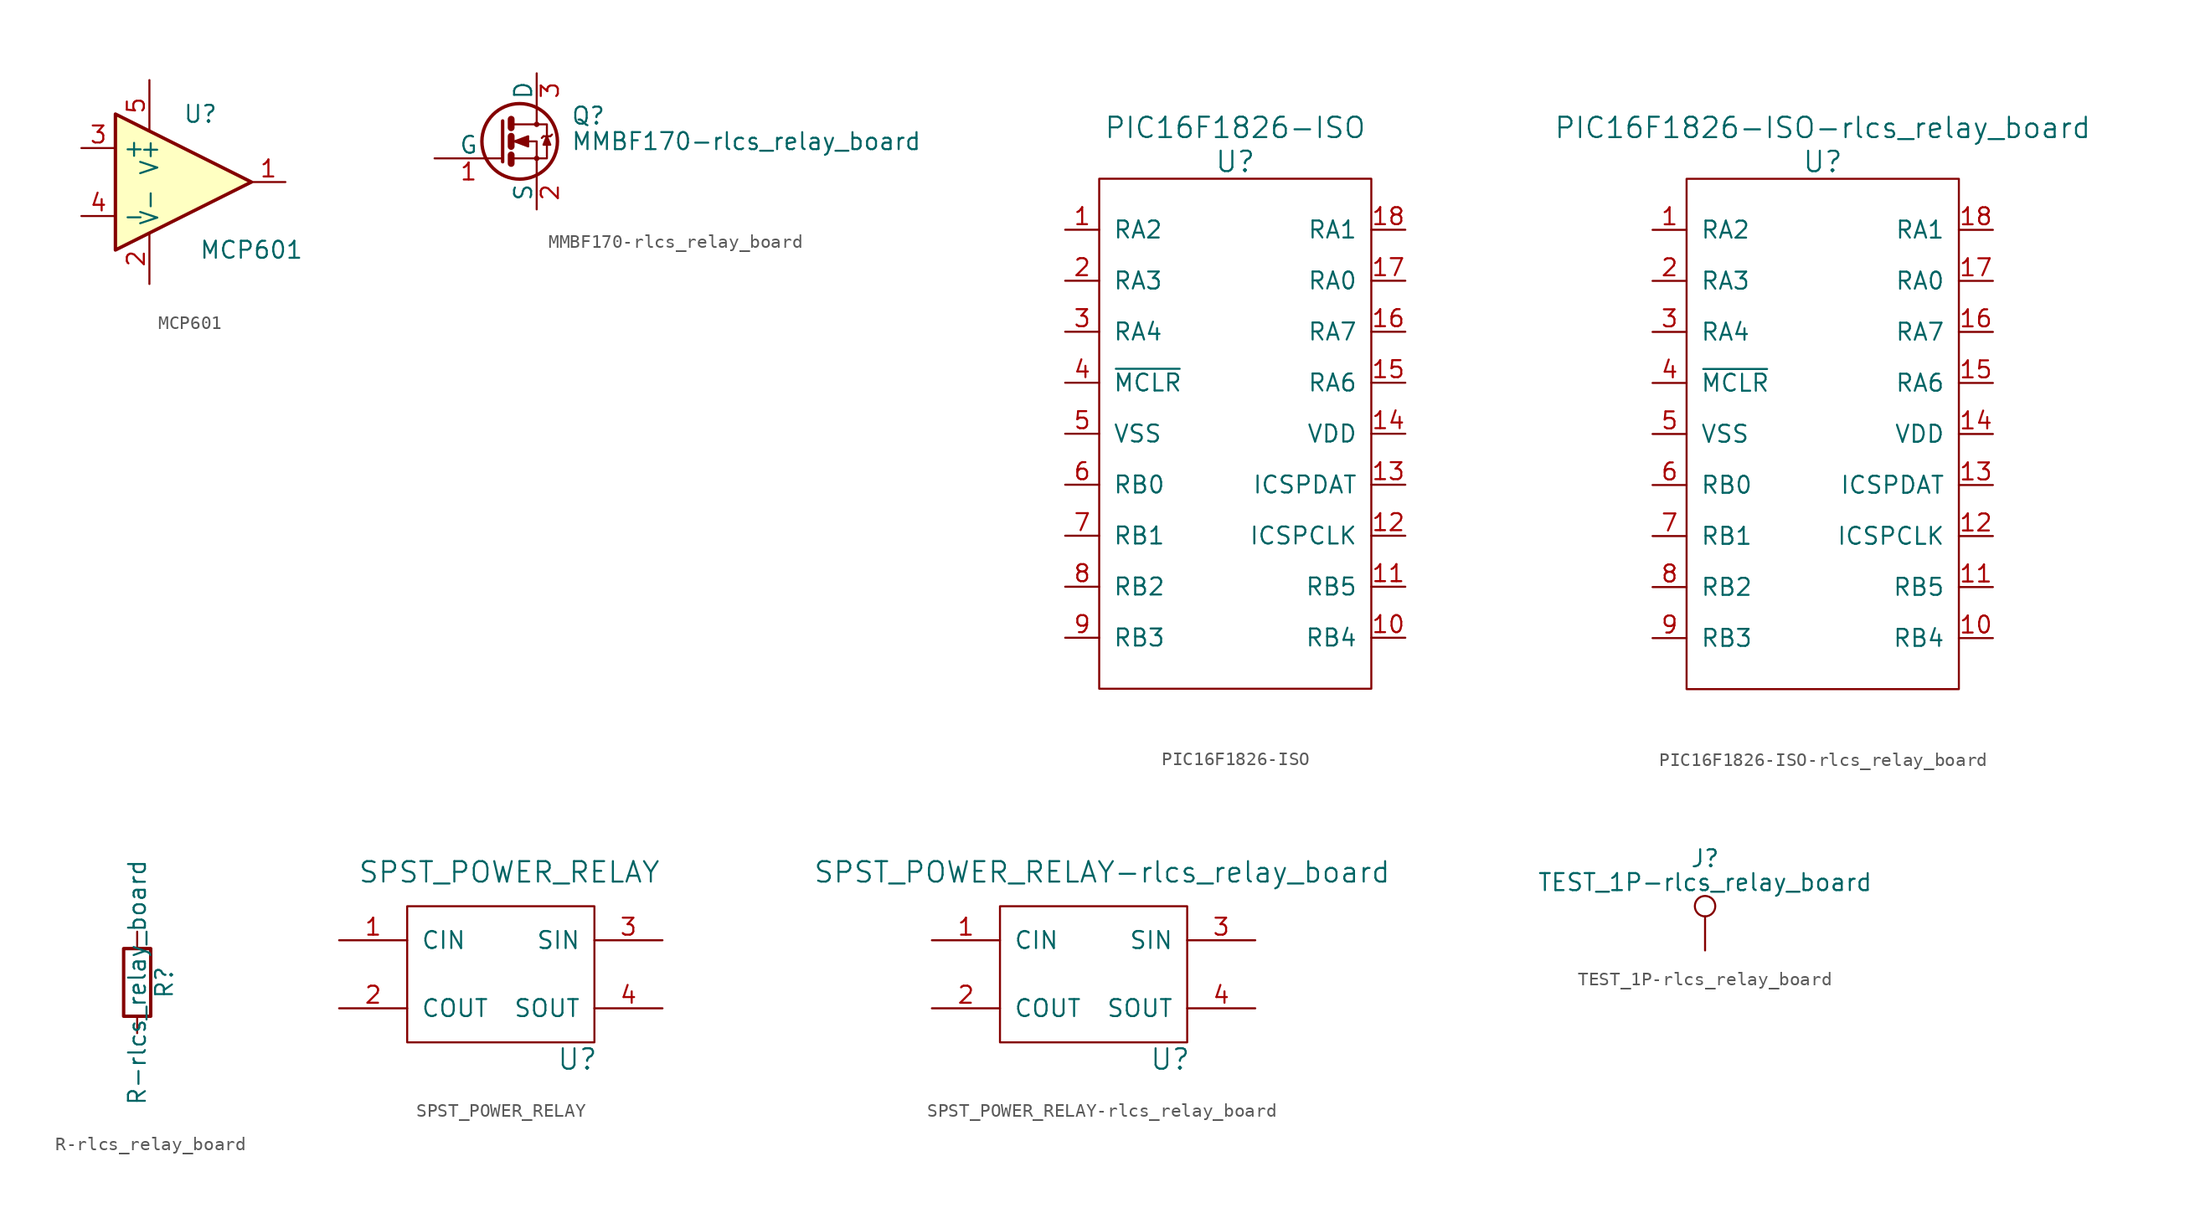
<source format=kicad_sym>
(kicad_symbol_lib
  (version 20211014)
  (generator kicad_symbol_editor)
  (symbol "MCP601"
    (property "Reference" "U"
      (at 1.27 5.08 0)
      (effects (font (size 1.27 1.27))))
    (property "Value" "MCP601"
      (at 5.08 -5.08 0)
      (effects (font (size 1.27 1.27))))
    (property "Footprint" ""
      (at -1.27 2.54 0)
      (effects (font (size 1.27 1.27))))
    (property "Datasheet" ""
      (at 1.27 5.08 0)
      (effects (font (size 1.27 1.27))))
    (symbol "MCP601_0_1"
      (polyline (pts (xy -5.08 5.08) (xy 5.08 0) (xy -5.08 -5.08) (xy -5.08 5.08)) (stroke (width 0.254) (type default) (color 0 0 0 0)) (fill (type background))))
    (symbol "MCP601_1_1"
      (pin output line (at 7.62 0 180) (length 2.54) (name "~" (effects (font (size 1.27 1.27)))) (number "1" (effects (font (size 1.27 1.27)))))
      (pin input line (at -2.54 -7.62 90) (length 3.81) (name "V-" (effects (font (size 1.27 1.27)))) (number "2" (effects (font (size 1.27 1.27)))))
      (pin input line (at -7.62 2.54 0) (length 2.54) (name "+" (effects (font (size 1.27 1.27)))) (number "3" (effects (font (size 1.27 1.27)))))
      (pin input line (at -7.62 -2.54 0) (length 2.54) (name "-" (effects (font (size 1.27 1.27)))) (number "4" (effects (font (size 1.27 1.27)))))
      (pin input line (at -2.54 7.62 270) (length 3.81) (name "V+" (effects (font (size 1.27 1.27)))) (number "5" (effects (font (size 1.27 1.27)))))))
  (symbol "MMBF170-rlcs_relay_board"
    (pin_names
      (offset 0))
    (property "Reference" "Q"
      (at 5.08 1.905 0)
      (effects (font (size 1.27 1.27)) (justify left)))
    (property "Value" "MMBF170-rlcs_relay_board"
      (at 5.08 0 0)
      (effects (font (size 1.27 1.27)) (justify left)))
    (symbol "MMBF170-rlcs_relay_board_0_1"
      (polyline (pts (xy 0.635 -1.016) (xy 0.635 -1.651)) (stroke (width 0.508) (type default) (color 0 0 0 0)) (fill (type none)))
      (polyline (pts (xy 0.635 0.381) (xy 0.635 -0.381)) (stroke (width 0.508) (type default) (color 0 0 0 0)) (fill (type none)))
      (polyline (pts (xy 0.635 1.651) (xy 0.635 1.016)) (stroke (width 0.508) (type default) (color 0 0 0 0)) (fill (type none)))
      (polyline (pts (xy 3.048 0.381) (xy 2.921 0.254)) (stroke (width 0) (type default) (color 0 0 0 0)) (fill (type none)))
      (polyline (pts (xy 3.048 0.381) (xy 3.556 0.381)) (stroke (width 0) (type default) (color 0 0 0 0)) (fill (type none)))
      (polyline (pts (xy 3.556 0.381) (xy 3.683 0.508)) (stroke (width 0) (type default) (color 0 0 0 0)) (fill (type none)))
      (polyline (pts (xy 0 1.524) (xy 0 -1.524) (xy 0 -1.524)) (stroke (width 0.254) (type default) (color 0 0 0 0)) (fill (type none)))
      (polyline (pts (xy 0.762 -1.27) (xy 2.54 -1.27) (xy 2.54 -2.54) (xy 2.54 -2.54)) (stroke (width 0) (type default) (color 0 0 0 0)) (fill (type none)))
      (polyline (pts (xy 0.762 1.27) (xy 2.54 1.27) (xy 2.54 2.54) (xy 2.54 2.54)) (stroke (width 0) (type default) (color 0 0 0 0)) (fill (type none)))
      (polyline (pts (xy 2.54 1.27) (xy 3.302 1.27) (xy 3.302 -1.27) (xy 2.54 -1.27)) (stroke (width 0) (type default) (color 0 0 0 0)) (fill (type none)))
      (polyline (pts (xy 3.302 0.381) (xy 3.048 -0.254) (xy 3.556 -0.254) (xy 3.302 0.381)) (stroke (width 0) (type default) (color 0 0 0 0)) (fill (type outline)))
      (polyline (pts (xy 0.762 0) (xy 1.27 0) (xy 2.54 0) (xy 2.54 -1.27) (xy 2.54 -1.27)) (stroke (width 0) (type default) (color 0 0 0 0)) (fill (type none)))
      (polyline (pts (xy 0.889 0) (xy 1.905 0.381) (xy 1.905 -0.381) (xy 0.889 0) (xy 1.016 0) (xy 1.016 0)) (stroke (width 0) (type default) (color 0 0 0 0)) (fill (type outline)))
      (circle (center 1.27 0) (radius 2.819) (stroke (width 0.254) (type default) (color 0 0 0 0)) (fill (type none)))
      (circle (center 2.54 -1.27) (radius 0.127) (stroke (width 0) (type default) (color 0 0 0 0)) (fill (type none)))
      (circle (center 2.54 1.27) (radius 0.127) (stroke (width 0) (type default) (color 0 0 0 0)) (fill (type none))))
    (symbol "MMBF170-rlcs_relay_board_1_1"
      (pin input line (at -5.08 -1.27 0) (length 5.08) (name "G" (effects (font (size 1.27 1.27)))) (number "1" (effects (font (size 1.27 1.27)))))
      (pin passive line (at 2.54 -5.08 90) (length 2.54) (name "S" (effects (font (size 1.27 1.27)))) (number "2" (effects (font (size 1.27 1.27)))))
      (pin passive line (at 2.54 5.08 270) (length 2.54) (name "D" (effects (font (size 1.27 1.27)))) (number "3" (effects (font (size 1.27 1.27)))))))
  (symbol "PIC16F1826-ISO"
    (pin_names
      (offset 1.016))
    (property "Reference" "U"
      (at 0 11.43 0)
      (effects (font (size 1.524 1.524))))
    (property "Value" "PIC16F1826-ISO"
      (at 0 13.97 0)
      (effects (font (size 1.524 1.524))))
    (symbol "PIC16F1826-ISO_0_1"
      (rectangle (start -10.16 10.16) (end 10.16 -27.94) (stroke (width 0) (type default) (color 0 0 0 0)) (fill (type none))))
    (symbol "PIC16F1826-ISO_1_1"
      (pin input line (at -12.7 6.35 0) (length 2.54) (name "RA2" (effects (font (size 1.27 1.27)))) (number "1" (effects (font (size 1.27 1.27)))))
      (pin input line (at 12.7 -24.13 180) (length 2.54) (name "RB4" (effects (font (size 1.27 1.27)))) (number "10" (effects (font (size 1.27 1.27)))))
      (pin input line (at 12.7 -20.32 180) (length 2.54) (name "RB5" (effects (font (size 1.27 1.27)))) (number "11" (effects (font (size 1.27 1.27)))))
      (pin input line (at 12.7 -16.51 180) (length 2.54) (name "ICSPCLK" (effects (font (size 1.27 1.27)))) (number "12" (effects (font (size 1.27 1.27)))))
      (pin input line (at 12.7 -12.7 180) (length 2.54) (name "ICSPDAT" (effects (font (size 1.27 1.27)))) (number "13" (effects (font (size 1.27 1.27)))))
      (pin input line (at 12.7 -8.89 180) (length 2.54) (name "VDD" (effects (font (size 1.27 1.27)))) (number "14" (effects (font (size 1.27 1.27)))))
      (pin input line (at 12.7 -5.08 180) (length 2.54) (name "RA6" (effects (font (size 1.27 1.27)))) (number "15" (effects (font (size 1.27 1.27)))))
      (pin input line (at 12.7 -1.27 180) (length 2.54) (name "RA7" (effects (font (size 1.27 1.27)))) (number "16" (effects (font (size 1.27 1.27)))))
      (pin input line (at 12.7 2.54 180) (length 2.54) (name "RA0" (effects (font (size 1.27 1.27)))) (number "17" (effects (font (size 1.27 1.27)))))
      (pin input line (at 12.7 6.35 180) (length 2.54) (name "RA1" (effects (font (size 1.27 1.27)))) (number "18" (effects (font (size 1.27 1.27)))))
      (pin input line (at -12.7 2.54 0) (length 2.54) (name "RA3" (effects (font (size 1.27 1.27)))) (number "2" (effects (font (size 1.27 1.27)))))
      (pin input line (at -12.7 -1.27 0) (length 2.54) (name "RA4" (effects (font (size 1.27 1.27)))) (number "3" (effects (font (size 1.27 1.27)))))
      (pin input line (at -12.7 -5.08 0) (length 2.54) (name "~{MCLR}" (effects (font (size 1.27 1.27)))) (number "4" (effects (font (size 1.27 1.27)))))
      (pin input line (at -12.7 -8.89 0) (length 2.54) (name "VSS" (effects (font (size 1.27 1.27)))) (number "5" (effects (font (size 1.27 1.27)))))
      (pin input line (at -12.7 -12.7 0) (length 2.54) (name "RB0" (effects (font (size 1.27 1.27)))) (number "6" (effects (font (size 1.27 1.27)))))
      (pin input line (at -12.7 -16.51 0) (length 2.54) (name "RB1" (effects (font (size 1.27 1.27)))) (number "7" (effects (font (size 1.27 1.27)))))
      (pin input line (at -12.7 -20.32 0) (length 2.54) (name "RB2" (effects (font (size 1.27 1.27)))) (number "8" (effects (font (size 1.27 1.27)))))
      (pin input line (at -12.7 -24.13 0) (length 2.54) (name "RB3" (effects (font (size 1.27 1.27)))) (number "9" (effects (font (size 1.27 1.27)))))))
  (symbol "PIC16F1826-ISO-rlcs_relay_board"
    (pin_names
      (offset 1.016))
    (property "Reference" "U"
      (at 0 11.43 0)
      (effects (font (size 1.524 1.524))))
    (property "Value" "PIC16F1826-ISO-rlcs_relay_board"
      (at 0 13.97 0)
      (effects (font (size 1.524 1.524))))
    (symbol "PIC16F1826-ISO-rlcs_relay_board_0_1"
      (rectangle (start -10.16 10.16) (end 10.16 -27.94) (stroke (width 0) (type default) (color 0 0 0 0)) (fill (type none))))
    (symbol "PIC16F1826-ISO-rlcs_relay_board_1_1"
      (pin input line (at -12.7 6.35 0) (length 2.54) (name "RA2" (effects (font (size 1.27 1.27)))) (number "1" (effects (font (size 1.27 1.27)))))
      (pin input line (at 12.7 -24.13 180) (length 2.54) (name "RB4" (effects (font (size 1.27 1.27)))) (number "10" (effects (font (size 1.27 1.27)))))
      (pin input line (at 12.7 -20.32 180) (length 2.54) (name "RB5" (effects (font (size 1.27 1.27)))) (number "11" (effects (font (size 1.27 1.27)))))
      (pin input line (at 12.7 -16.51 180) (length 2.54) (name "ICSPCLK" (effects (font (size 1.27 1.27)))) (number "12" (effects (font (size 1.27 1.27)))))
      (pin input line (at 12.7 -12.7 180) (length 2.54) (name "ICSPDAT" (effects (font (size 1.27 1.27)))) (number "13" (effects (font (size 1.27 1.27)))))
      (pin input line (at 12.7 -8.89 180) (length 2.54) (name "VDD" (effects (font (size 1.27 1.27)))) (number "14" (effects (font (size 1.27 1.27)))))
      (pin input line (at 12.7 -5.08 180) (length 2.54) (name "RA6" (effects (font (size 1.27 1.27)))) (number "15" (effects (font (size 1.27 1.27)))))
      (pin input line (at 12.7 -1.27 180) (length 2.54) (name "RA7" (effects (font (size 1.27 1.27)))) (number "16" (effects (font (size 1.27 1.27)))))
      (pin input line (at 12.7 2.54 180) (length 2.54) (name "RA0" (effects (font (size 1.27 1.27)))) (number "17" (effects (font (size 1.27 1.27)))))
      (pin input line (at 12.7 6.35 180) (length 2.54) (name "RA1" (effects (font (size 1.27 1.27)))) (number "18" (effects (font (size 1.27 1.27)))))
      (pin input line (at -12.7 2.54 0) (length 2.54) (name "RA3" (effects (font (size 1.27 1.27)))) (number "2" (effects (font (size 1.27 1.27)))))
      (pin input line (at -12.7 -1.27 0) (length 2.54) (name "RA4" (effects (font (size 1.27 1.27)))) (number "3" (effects (font (size 1.27 1.27)))))
      (pin input line (at -12.7 -5.08 0) (length 2.54) (name "~{MCLR}" (effects (font (size 1.27 1.27)))) (number "4" (effects (font (size 1.27 1.27)))))
      (pin input line (at -12.7 -8.89 0) (length 2.54) (name "VSS" (effects (font (size 1.27 1.27)))) (number "5" (effects (font (size 1.27 1.27)))))
      (pin input line (at -12.7 -12.7 0) (length 2.54) (name "RB0" (effects (font (size 1.27 1.27)))) (number "6" (effects (font (size 1.27 1.27)))))
      (pin input line (at -12.7 -16.51 0) (length 2.54) (name "RB1" (effects (font (size 1.27 1.27)))) (number "7" (effects (font (size 1.27 1.27)))))
      (pin input line (at -12.7 -20.32 0) (length 2.54) (name "RB2" (effects (font (size 1.27 1.27)))) (number "8" (effects (font (size 1.27 1.27)))))
      (pin input line (at -12.7 -24.13 0) (length 2.54) (name "RB3" (effects (font (size 1.27 1.27)))) (number "9" (effects (font (size 1.27 1.27)))))))
  (symbol "R-rlcs_relay_board"
    (pin_numbers hide)
    (pin_names
      (offset 0))
    (property "Reference" "R"
      (at 2.032 0 90)
      (effects (font (size 1.27 1.27))))
    (property "Value" "R-rlcs_relay_board"
      (at 0 0 90)
      (effects (font (size 1.27 1.27))))
    (symbol "R-rlcs_relay_board_0_1"
      (rectangle (start -1.016 -2.54) (end 1.016 2.54) (stroke (width 0.254) (type default) (color 0 0 0 0)) (fill (type none))))
    (symbol "R-rlcs_relay_board_1_1"
      (pin passive line (at 0 3.81 270) (length 1.27) (name "~" (effects (font (size 1.27 1.27)))) (number "1" (effects (font (size 1.27 1.27)))))
      (pin passive line (at 0 -3.81 90) (length 1.27) (name "~" (effects (font (size 1.27 1.27)))) (number "2" (effects (font (size 1.27 1.27)))))))
  (symbol "SPST_POWER_RELAY"
    (pin_names
      (offset 1.016))
    (property "Reference" "U"
      (at 5.08 -13.97 0)
      (effects (font (size 1.524 1.524))))
    (property "Value" "SPST_POWER_RELAY"
      (at 0 0 0)
      (effects (font (size 1.524 1.524))))
    (symbol "SPST_POWER_RELAY_0_1"
      (rectangle (start -7.62 -2.54) (end 6.35 -12.7) (stroke (width 0) (type default) (color 0 0 0 0)) (fill (type none))))
    (symbol "SPST_POWER_RELAY_1_1"
      (pin input line (at -12.7 -5.08 0) (length 5.08) (name "CIN" (effects (font (size 1.27 1.27)))) (number "1" (effects (font (size 1.27 1.27)))))
      (pin output line (at -12.7 -10.16 0) (length 5.08) (name "COUT" (effects (font (size 1.27 1.27)))) (number "2" (effects (font (size 1.27 1.27)))))
      (pin input line (at 11.43 -5.08 180) (length 5.08) (name "SIN" (effects (font (size 1.27 1.27)))) (number "3" (effects (font (size 1.27 1.27)))))
      (pin output line (at 11.43 -10.16 180) (length 5.08) (name "SOUT" (effects (font (size 1.27 1.27)))) (number "4" (effects (font (size 1.27 1.27)))))))
  (symbol "SPST_POWER_RELAY-rlcs_relay_board"
    (pin_names
      (offset 1.016))
    (property "Reference" "U"
      (at 5.08 -13.97 0)
      (effects (font (size 1.524 1.524))))
    (property "Value" "SPST_POWER_RELAY-rlcs_relay_board"
      (at 0 0 0)
      (effects (font (size 1.524 1.524))))
    (symbol "SPST_POWER_RELAY-rlcs_relay_board_0_1"
      (rectangle (start -7.62 -2.54) (end 6.35 -12.7) (stroke (width 0) (type default) (color 0 0 0 0)) (fill (type none))))
    (symbol "SPST_POWER_RELAY-rlcs_relay_board_1_1"
      (pin input line (at -12.7 -5.08 0) (length 5.08) (name "CIN" (effects (font (size 1.27 1.27)))) (number "1" (effects (font (size 1.27 1.27)))))
      (pin output line (at -12.7 -10.16 0) (length 5.08) (name "COUT" (effects (font (size 1.27 1.27)))) (number "2" (effects (font (size 1.27 1.27)))))
      (pin input line (at 11.43 -5.08 180) (length 5.08) (name "SIN" (effects (font (size 1.27 1.27)))) (number "3" (effects (font (size 1.27 1.27)))))
      (pin output line (at 11.43 -10.16 180) (length 5.08) (name "SOUT" (effects (font (size 1.27 1.27)))) (number "4" (effects (font (size 1.27 1.27)))))))
  (symbol "TEST_1P-rlcs_relay_board"
    (pin_numbers hide)
    (pin_names
      (offset 0.762) hide)
    (property "Reference" "J"
      (at 0 6.858 0)
      (effects (font (size 1.27 1.27))))
    (property "Value" "TEST_1P-rlcs_relay_board"
      (at 0 5.08 0)
      (effects (font (size 1.27 1.27))))
    (symbol "TEST_1P-rlcs_relay_board_0_1"
      (circle (center 0 3.302) (radius 0.762) (stroke (width 0) (type default) (color 0 0 0 0)) (fill (type none))))
    (symbol "TEST_1P-rlcs_relay_board_1_1"
      (pin passive line (at 0 0 90) (length 2.54) (name "1" (effects (font (size 1.27 1.27)))) (number "1" (effects (font (size 1.27 1.27))))))))
</source>
